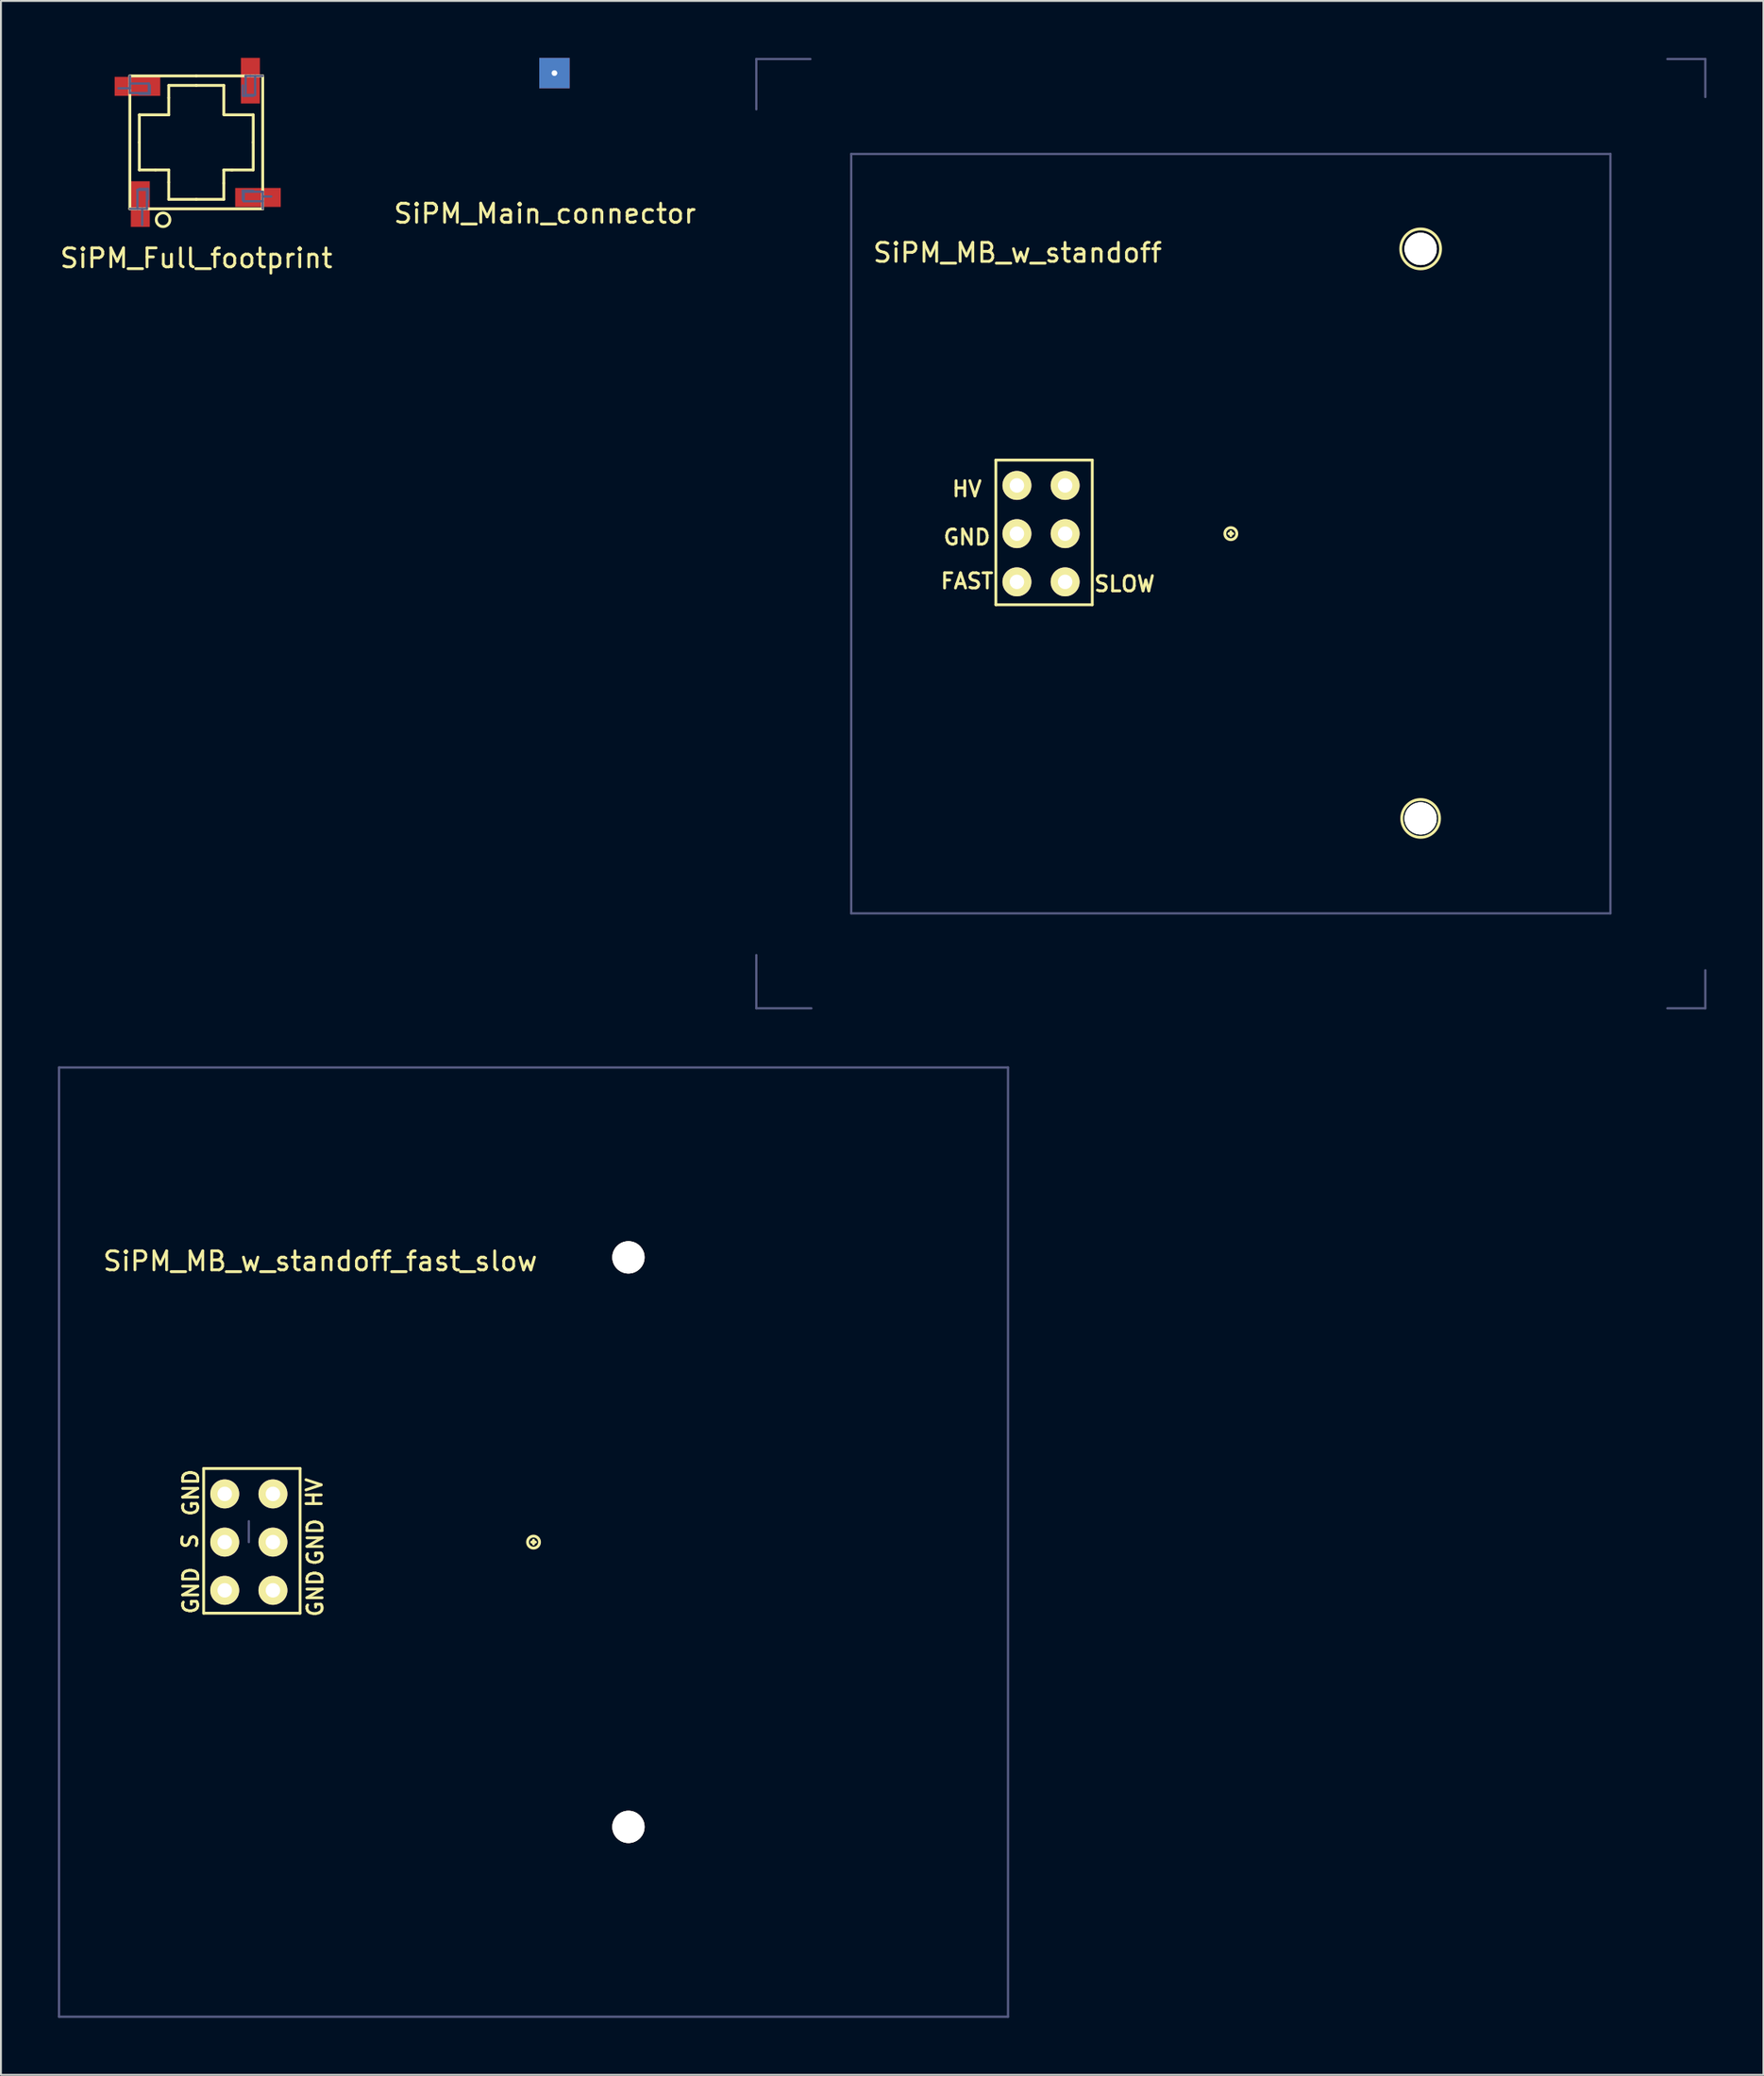
<source format=kicad_pcb>
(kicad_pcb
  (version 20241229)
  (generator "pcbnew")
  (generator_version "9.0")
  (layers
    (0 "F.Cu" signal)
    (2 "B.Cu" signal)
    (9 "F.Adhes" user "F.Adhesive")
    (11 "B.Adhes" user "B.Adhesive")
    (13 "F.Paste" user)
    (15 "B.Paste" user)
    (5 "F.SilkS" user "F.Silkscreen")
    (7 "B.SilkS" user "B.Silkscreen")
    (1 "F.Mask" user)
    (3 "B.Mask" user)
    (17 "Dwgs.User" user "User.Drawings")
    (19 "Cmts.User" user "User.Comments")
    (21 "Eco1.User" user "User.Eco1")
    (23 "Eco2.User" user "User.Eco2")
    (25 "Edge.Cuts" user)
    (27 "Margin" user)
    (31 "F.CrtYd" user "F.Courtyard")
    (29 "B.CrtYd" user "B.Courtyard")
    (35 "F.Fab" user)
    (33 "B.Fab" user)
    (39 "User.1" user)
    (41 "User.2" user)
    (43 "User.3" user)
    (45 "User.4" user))
  (footprint "SiPM_Full_footprint"
    (layer "F.Cu")
    (at 7.292 4.45)
    (property "Reference" "SiPM_Full_footprint" (at 0 6.1 0) (layer "F.SilkS") (effects (font (size 1 1) (thickness 0.15))))
    (attr through_hole)
    (fp_line (start -3.5 -3.5) (end -3.5 3.5) (stroke (width 0.15) (type solid)) (layer "F.SilkS"))
    (fp_line (start -3.5 3.5) (end 3.5 3.5) (stroke (width 0.15) (type solid)) (layer "F.SilkS"))
    (fp_line (start -3 -1.45) (end -1.45 -1.45) (stroke (width 0.15) (type solid)) (layer "F.SilkS"))
    (fp_line (start -3 0) (end -3 -1.45) (stroke (width 0.15) (type solid)) (layer "F.SilkS"))
    (fp_line (start -3 0) (end -3 1.45) (stroke (width 0.15) (type solid)) (layer "F.SilkS"))
    (fp_line (start -3 1.45) (end -2.15 1.45) (stroke (width 0.15) (type solid)) (layer "F.SilkS"))
    (fp_line (start -2.15 1.45) (end -1.45 1.45) (stroke (width 0.15) (type solid)) (layer "F.SilkS"))
    (fp_line (start -1.45 -3) (end -1.45 -2.35) (stroke (width 0.15) (type solid)) (layer "F.SilkS"))
    (fp_line (start -1.45 -1.45) (end -1.45 -2.35) (stroke (width 0.15) (type solid)) (layer "F.SilkS"))
    (fp_line (start -1.45 1.45) (end -1.45 2.1) (stroke (width 0.15) (type solid)) (layer "F.SilkS"))
    (fp_line (start -1.45 3) (end -1.45 2.1) (stroke (width 0.15) (type solid)) (layer "F.SilkS"))
    (fp_line (start 0 -3.5) (end -3.5 -3.5) (stroke (width 0.15) (type solid)) (layer "F.SilkS"))
    (fp_line (start 0 -3) (end -1.45 -3) (stroke (width 0.15) (type solid)) (layer "F.SilkS"))
    (fp_line (start 0 -3) (end 1.45 -3) (stroke (width 0.15) (type solid)) (layer "F.SilkS"))
    (fp_line (start 0 3) (end -1.45 3) (stroke (width 0.15) (type solid)) (layer "F.SilkS"))
    (fp_line (start 0 3) (end 1.45 3) (stroke (width 0.15) (type solid)) (layer "F.SilkS"))
    (fp_line (start 1.45 -3) (end 1.45 -1.5) (stroke (width 0.15) (type solid)) (layer "F.SilkS"))
    (fp_line (start 1.45 1.45) (end 1.9 1.45) (stroke (width 0.15) (type solid)) (layer "F.SilkS"))
    (fp_line (start 1.45 2.15) (end 1.45 1.45) (stroke (width 0.15) (type solid)) (layer "F.SilkS"))
    (fp_line (start 1.45 3) (end 1.45 2.15) (stroke (width 0.15) (type solid)) (layer "F.SilkS"))
    (fp_line (start 3 -1.45) (end 1.45 -1.45) (stroke (width 0.15) (type solid)) (layer "F.SilkS"))
    (fp_line (start 3 0) (end 3 -1.45) (stroke (width 0.15) (type solid)) (layer "F.SilkS"))
    (fp_line (start 3 0) (end 3 1.45) (stroke (width 0.15) (type solid)) (layer "F.SilkS"))
    (fp_line (start 3 1.45) (end 1.85 1.45) (stroke (width 0.15) (type solid)) (layer "F.SilkS"))
    (fp_line (start 3.5 -3.5) (end 0 -3.5) (stroke (width 0.15) (type solid)) (layer "F.SilkS"))
    (fp_line (start 3.5 3.5) (end 3.5 -3.5) (stroke (width 0.15) (type solid)) (layer "F.SilkS"))
    (fp_circle (center -1.75 4.075) (end -1.45 3.875) (stroke (width 0.15) (type solid)) (fill no) (layer "F.SilkS"))
    (fp_line (start -3.5 -3.5) (end -3.5 -2.85) (stroke (width 0.12) (type solid)) (layer "B.Fab"))
    (fp_line (start -3.5 -3.5) (end -3.5 -2.85) (stroke (width 0.12) (type solid)) (layer "B.Fab"))
    (fp_line (start -3.5 -2.85) (end -4.1 -2.85) (stroke (width 0.12) (type solid)) (layer "B.Fab"))
    (fp_line (start -3.5 -2.85) (end -3.5 -2.6) (stroke (width 0.12) (type solid)) (layer "B.Fab"))
    (fp_line (start -3.5 -2.6) (end -2.5 -2.6) (stroke (width 0.12) (type solid)) (layer "B.Fab"))
    (fp_line (start -3.5 3.5) (end -2.85 3.5) (stroke (width 0.12) (type solid)) (layer "B.Fab"))
    (fp_line (start -3.1 2.5) (end -3.1 3.5) (stroke (width 0.12) (type solid)) (layer "B.Fab"))
    (fp_line (start -3 -2.55) (end -2.5 -2.55) (stroke (width 0.12) (type solid)) (layer "B.Fab"))
    (fp_line (start -2.85 3.5) (end -2.85 4.35) (stroke (width 0.12) (type solid)) (layer "B.Fab"))
    (fp_line (start -2.85 3.5) (end -2.6 3.5) (stroke (width 0.12) (type solid)) (layer "B.Fab"))
    (fp_line (start -2.6 2.5) (end -3.1 2.5) (stroke (width 0.12) (type solid)) (layer "B.Fab"))
    (fp_line (start -2.6 3.5) (end -2.6 2.5) (stroke (width 0.12) (type solid)) (layer "B.Fab"))
    (fp_line (start -2.55 2.45) (end -3 2.45) (stroke (width 0.12) (type solid)) (layer "B.Fab"))
    (fp_line (start -2.55 3) (end -2.55 2.45) (stroke (width 0.12) (type solid)) (layer "B.Fab"))
    (fp_line (start -2.5 -3.1) (end -3.5 -3.1) (stroke (width 0.12) (type solid)) (layer "B.Fab"))
    (fp_line (start -2.5 -2.6) (end -2.5 -3.1) (stroke (width 0.12) (type solid)) (layer "B.Fab"))
    (fp_line (start -2.45 -3) (end -2.45 -2.55) (stroke (width 0.12) (type solid)) (layer "B.Fab"))
    (fp_line (start 2.45 -3) (end 2.45 -2.45) (stroke (width 0.12) (type solid)) (layer "B.Fab"))
    (fp_line (start 2.45 2.55) (end 2.45 3.05) (stroke (width 0.12) (type solid)) (layer "B.Fab"))
    (fp_line (start 2.5 2.6) (end 2.5 3.1) (stroke (width 0.12) (type solid)) (layer "B.Fab"))
    (fp_line (start 2.5 3.1) (end 3.5 3.1) (stroke (width 0.12) (type solid)) (layer "B.Fab"))
    (fp_line (start 2.6 -3.5) (end 2.6 -2.5) (stroke (width 0.12) (type solid)) (layer "B.Fab"))
    (fp_line (start 2.6 -2.5) (end 3.1 -2.5) (stroke (width 0.12) (type solid)) (layer "B.Fab"))
    (fp_line (start 2.85 -3.5) (end 2.6 -3.5) (stroke (width 0.12) (type solid)) (layer "B.Fab"))
    (fp_line (start 3 -2.45) (end 2.5 -2.45) (stroke (width 0.12) (type solid)) (layer "B.Fab"))
    (fp_line (start 3 2.55) (end 2.45 2.55) (stroke (width 0.12) (type solid)) (layer "B.Fab"))
    (fp_line (start 3.1 -2.5) (end 3.1 -3.5) (stroke (width 0.12) (type solid)) (layer "B.Fab"))
    (fp_line (start 3.5 -3.5) (end 2.85 -3.5) (stroke (width 0.12) (type solid)) (layer "B.Fab"))
    (fp_line (start 3.5 2.6) (end 2.5 2.6) (stroke (width 0.12) (type solid)) (layer "B.Fab"))
    (fp_line (start 3.5 2.85) (end 3.5 2.6) (stroke (width 0.12) (type solid)) (layer "B.Fab"))
    (fp_line (start 3.5 2.85) (end 3.95 2.85) (stroke (width 0.12) (type solid)) (layer "B.Fab"))
    (fp_line (start 3.5 3.5) (end 3.5 2.85) (stroke (width 0.12) (type solid)) (layer "B.Fab"))
    (pad "1" smd rect (at -2.95 3.25) (size 1 2.4) (layers "F.Cu" "F.Mask" "F.Paste"))
    (pad "2" smd rect (at 3.25 2.9 90) (size 1 2.4) (layers "F.Cu" "F.Mask" "F.Paste"))
    (pad "3" smd rect (at 2.85 -3.25 180) (size 1 2.4) (layers "F.Cu" "F.Mask" "F.Paste"))
    (pad "4" smd rect (at -3.1 -2.95 270) (size 1 2.4) (layers "F.Cu" "F.Mask" "F.Paste")))
  (footprint "SiPM_Main_connector"
    (layer "F.Cu")
    (at 25.111 1.725)
    (property "Reference" "SiPM_Main_connector" (at 0.55 6.475 0) (layer "F.SilkS") (effects (font (size 1 1) (thickness 0.15))))
    (attr through_hole)
    (pad "1" thru_hole rect (at 1.05 -0.925) (size 1.6 1.6) (drill 0.3) (layers "*.Cu" "*.Mask")))
  (footprint "SiPM_MB_w_standoff_fast_slow"
    (layer "F.Cu")
    (at 25.06 78.18)
    (property "Reference" "SiPM_MB_w_standoff_fast_slow" (at -11.237 -14.798 0) (layer "F.SilkS") (effects (font (size 1 1) (thickness 0.15))))
    (attr through_hole)
    (fp_line (start -17.38 -3.876) (end -17.38 3.744) (stroke (width 0.15) (type solid)) (layer "F.SilkS"))
    (fp_line (start -17.38 3.744) (end -12.3 3.744) (stroke (width 0.15) (type solid)) (layer "F.SilkS"))
    (fp_line (start -12.3 -3.876) (end -17.38 -3.876) (stroke (width 0.15) (type solid)) (layer "F.SilkS"))
    (fp_line (start -12.3 3.744) (end -12.3 -3.876) (stroke (width 0.15) (type solid)) (layer "F.SilkS"))
    (fp_line (start 0 -0.1) (end 0 0.1) (stroke (width 0.15) (type solid)) (layer "F.SilkS"))
    (fp_line (start 0.1 0) (end -0.1 0) (stroke (width 0.15) (type solid)) (layer "F.SilkS"))
    (fp_circle (center 0 0) (end 0.3 -0.1) (stroke (width 0.15) (type solid)) (fill no) (layer "F.SilkS"))
    (fp_line (start -25 -25) (end -25 25) (stroke (width 0.12) (type solid)) (layer "B.Fab"))
    (fp_line (start -25 25) (end 25 25) (stroke (width 0.12) (type solid)) (layer "B.Fab"))
    (fp_line (start -15 0) (end -15 -1.1) (stroke (width 0.12) (type solid)) (layer "B.Fab"))
    (fp_line (start 25 -25) (end -25 -25) (stroke (width 0.12) (type solid)) (layer "B.Fab"))
    (fp_line (start 25 25) (end 25 -25) (stroke (width 0.12) (type solid)) (layer "B.Fab"))
    (fp_text user "GND" (at -11.5 2.7 90) (layer "F.SilkS") (effects (font (size 0.8 0.8) (thickness 0.15))))
    (fp_text user "GND" (at -11.5 0 90) (layer "F.SilkS") (effects (font (size 0.8 0.8) (thickness 0.15))))
    (fp_text user "S" (at -18.1 -0.05 90) (layer "F.SilkS") (effects (font (size 0.8 0.8) (thickness 0.15))))
    (fp_text user "HV" (at -11.55 -2.6 90) (layer "F.SilkS") (effects (font (size 0.8 0.8) (thickness 0.15))))
    (fp_text user "GND" (at -18.05 -2.6 90) (layer "F.SilkS") (effects (font (size 0.8 0.8) (thickness 0.15))))
    (fp_text user "GND" (at -18.05 2.55 90) (layer "F.SilkS") (effects (font (size 0.8 0.8) (thickness 0.15))))
    (pad "1" thru_hole circle (at -16.27 0) (size 1.524 1.524) (drill 0.762) (layers "*.Cu" "*.Mask" "F.SilkS"))
    (pad "2" thru_hole circle (at -16.27 -2.54) (size 1.524 1.524) (drill 0.762) (layers "*.Cu" "*.Mask" "F.SilkS"))
    (pad "2" thru_hole circle (at -16.27 2.54) (size 1.524 1.524) (drill 0.762) (layers "*.Cu" "*.Mask" "F.SilkS"))
    (pad "2" thru_hole circle (at -13.73 0) (size 1.524 1.524) (drill 0.762) (layers "*.Cu" "*.Mask" "F.SilkS"))
    (pad "2" thru_hole circle (at -13.73 2.54) (size 1.524 1.524) (drill 0.762) (layers "*.Cu" "*.Mask" "F.SilkS"))
    (pad "2" thru_hole circle (at 5 -15) (size 1.7 1.7) (drill 1.7) (layers "*.Cu" "*.Mask" "F.SilkS"))
    (pad "2" thru_hole circle (at 5 15) (size 1.7 1.7) (drill 1.7) (layers "*.Cu" "*.Mask" "F.SilkS"))
    (pad "3" thru_hole circle (at -13.73 -2.54) (size 1.524 1.524) (drill 0.762) (layers "*.Cu" "*.Mask" "F.SilkS")))
  (footprint "SiPM_MB_w_standoff"
    (layer "F.Cu")
    (at 61.798 25.06)
    (property "Reference" "SiPM_MB_w_standoff" (at -11.237 -14.798 0) (layer "F.SilkS") (effects (font (size 1 1) (thickness 0.15))))
    (attr through_hole)
    (fp_line (start -12.38 -3.876) (end -12.38 3.744) (stroke (width 0.15) (type solid)) (layer "F.SilkS"))
    (fp_line (start -12.38 3.744) (end -7.3 3.744) (stroke (width 0.15) (type solid)) (layer "F.SilkS"))
    (fp_line (start -7.3 -3.876) (end -12.38 -3.876) (stroke (width 0.15) (type solid)) (layer "F.SilkS"))
    (fp_line (start -7.3 3.744) (end -7.3 -3.876) (stroke (width 0.15) (type solid)) (layer "F.SilkS"))
    (fp_line (start 0 -0.1) (end 0 0.1) (stroke (width 0.15) (type solid)) (layer "F.SilkS"))
    (fp_line (start 0.1 0) (end -0.1 0) (stroke (width 0.15) (type solid)) (layer "F.SilkS"))
    (fp_circle (center 0 0) (end 0.3 -0.1) (stroke (width 0.15) (type solid)) (fill no) (layer "F.SilkS"))
    (fp_circle (center 10 -15) (end 10 -16.05) (stroke (width 0.15) (type solid)) (fill no) (layer "F.SilkS"))
    (fp_circle (center 10 15) (end 10.3 14.05) (stroke (width 0.15) (type solid)) (fill no) (layer "F.SilkS"))
    (fp_line (start -25 -25) (end -25 -22.35) (stroke (width 0.12) (type solid)) (layer "B.Fab"))
    (fp_line (start -25 -25) (end -22.15 -25) (stroke (width 0.12) (type solid)) (layer "B.Fab"))
    (fp_line (start -25 25) (end -25 22.2) (stroke (width 0.12) (type solid)) (layer "B.Fab"))
    (fp_line (start -25 25) (end -22.1 25) (stroke (width 0.12) (type solid)) (layer "B.Fab"))
    (fp_line (start -20 -20) (end 20 -20) (stroke (width 0.12) (type solid)) (layer "B.Fab"))
    (fp_line (start -20 20) (end -20 -20) (stroke (width 0.12) (type solid)) (layer "B.Fab"))
    (fp_line (start 20 -20) (end 20 20) (stroke (width 0.12) (type solid)) (layer "B.Fab"))
    (fp_line (start 20 20) (end -20 20) (stroke (width 0.12) (type solid)) (layer "B.Fab"))
    (fp_line (start 25 -25) (end 23 -25) (stroke (width 0.12) (type solid)) (layer "B.Fab"))
    (fp_line (start 25 -25) (end 25 -23) (stroke (width 0.12) (type solid)) (layer "B.Fab"))
    (fp_line (start 25 25) (end 23 25) (stroke (width 0.12) (type solid)) (layer "B.Fab"))
    (fp_line (start 25 25) (end 25 23) (stroke (width 0.12) (type solid)) (layer "B.Fab"))
    (fp_text user "SLOW" (at -5.6 2.65 0) (layer "F.SilkS") (effects (font (size 0.8 0.8) (thickness 0.15))))
    (fp_text user "FAST" (at -13.9 2.5 0) (layer "F.SilkS") (effects (font (size 0.8 0.8) (thickness 0.15))))
    (fp_text user "HV" (at -13.904 -2.352 0) (layer "F.SilkS") (effects (font (size 0.8 0.8) (thickness 0.15))))
    (fp_text user "GND" (at -13.904 0.188 0) (layer "F.SilkS") (effects (font (size 0.8 0.8) (thickness 0.15))))
    (pad "1" thru_hole circle (at -11.27 2.54) (size 1.524 1.524) (drill 0.762) (layers "*.Cu" "*.Mask" "F.SilkS"))
    (pad "2" thru_hole circle (at -11.27 0) (size 1.524 1.524) (drill 0.762) (layers "*.Cu" "*.Mask" "F.SilkS"))
    (pad "3" thru_hole circle (at -11.27 -2.54) (size 1.524 1.524) (drill 0.762) (layers "*.Cu" "*.Mask" "F.SilkS"))
    (pad "4" thru_hole circle (at -8.73 -2.54) (size 1.524 1.524) (drill 0.762) (layers "*.Cu" "*.Mask" "F.SilkS"))
    (pad "5" thru_hole circle (at -8.73 0) (size 1.524 1.524) (drill 0.762) (layers "*.Cu" "*.Mask" "F.SilkS"))
    (pad "6" thru_hole circle (at -8.73 2.54) (size 1.524 1.524) (drill 0.762) (layers "*.Cu" "*.Mask" "F.SilkS"))
    (pad "7" thru_hole circle (at 10 -15) (size 1.7 1.7) (drill 1.7) (layers "*.Cu" "*.Mask" "F.SilkS"))
    (pad "7" thru_hole circle (at 10 15) (size 1.7 1.7) (drill 1.7) (layers "*.Cu" "*.Mask" "F.SilkS")))
  (gr_rect
    (start -3 -3)
    (end 89.858 106.24)
    (stroke (width 0.1) (type default))
    (fill no)
    (layer "Edge.Cuts")))
</source>
